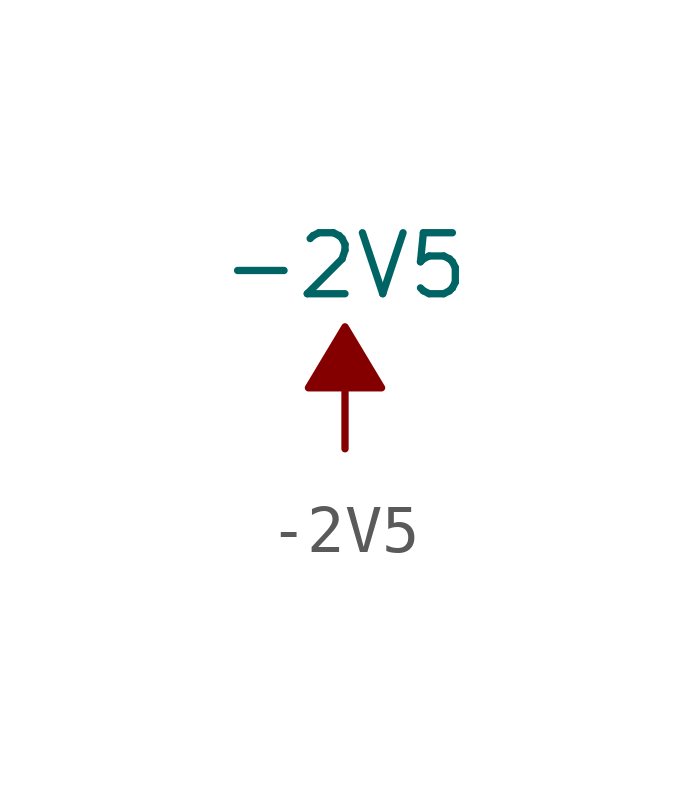
<source format=kicad_sym>
(kicad_symbol_lib
  (version 20220914)
  (generator kicad_symbol_editor)
  (symbol "-2V5"
    (power)
    (pin_names
      (offset 0))
    (property "Reference" "#PWR"
      (at 0 2.54 0)
      (effects (font (size 1.27 1.27)) hide))
    (property "Value" "-2V5"
      (at 0 3.81 0)
      (effects (font (size 1.27 1.27))))
    (symbol "-2V5_0_0"
      (pin power_in line (at 0 0 90) (length 0) hide (name "-2V5" (effects (font (size 1.27 1.27)))) (number "1" (effects (font (size 1.27 1.27))))))
    (symbol "-2V5_0_1"
      (polyline (pts (xy 0 0) (xy 0 1.27) (xy 0.762 1.27) (xy 0 2.54) (xy -0.762 1.27) (xy 0 1.27)) (stroke (width 0) (type solid)) (fill (type outline))))))
</source>
